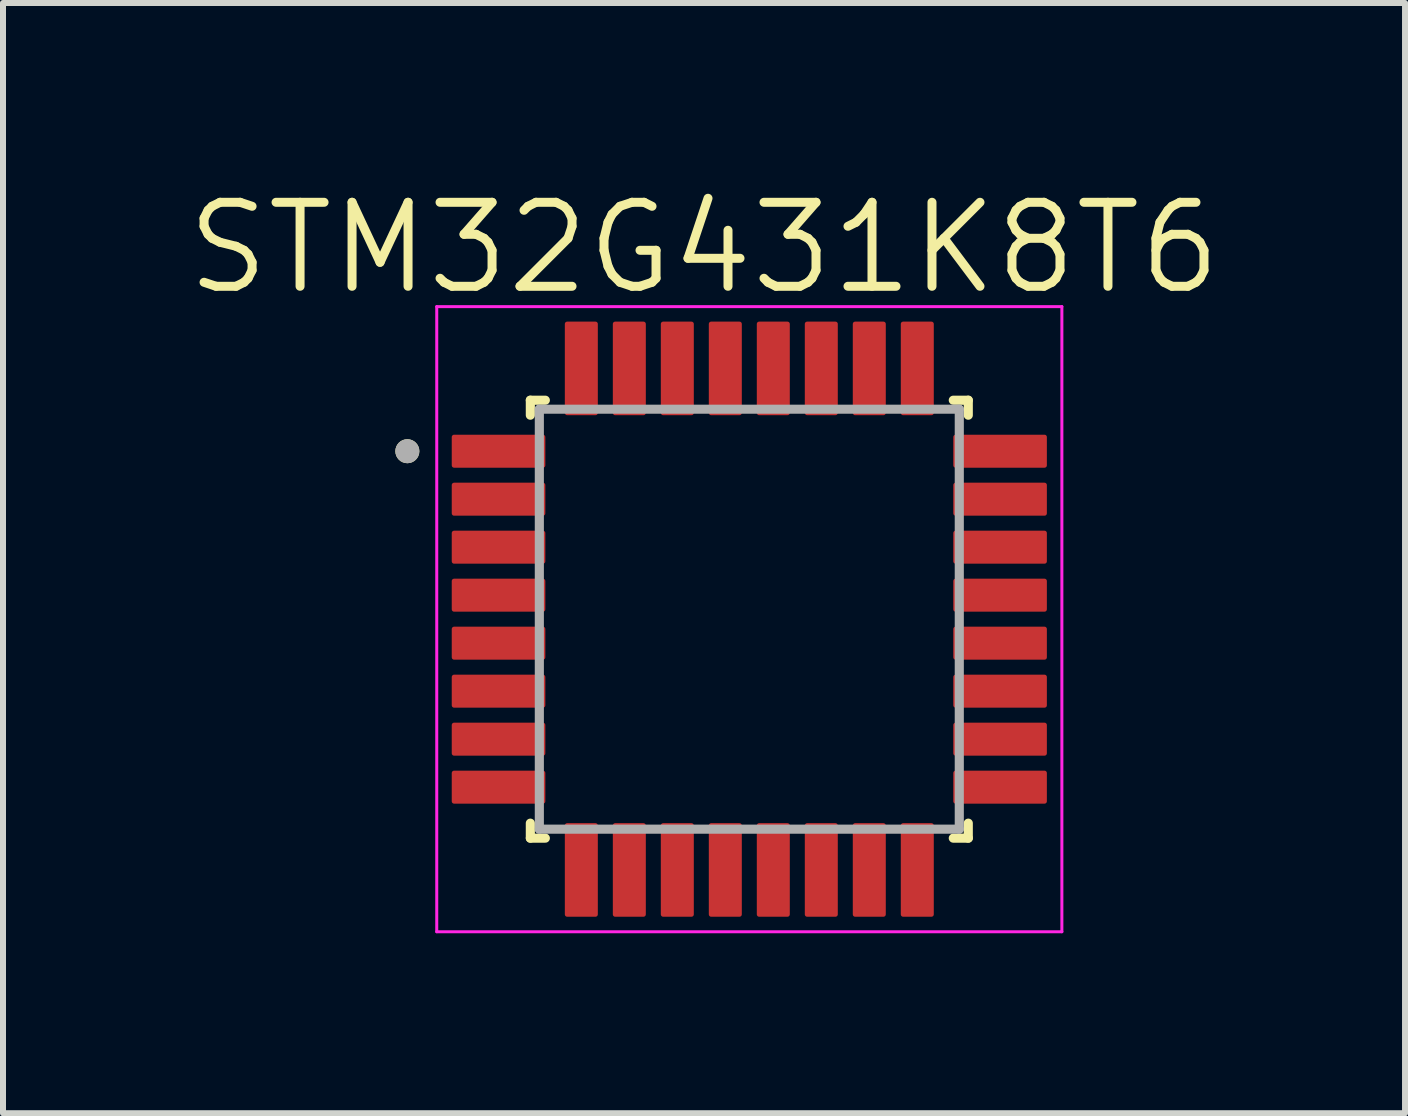
<source format=kicad_pcb>
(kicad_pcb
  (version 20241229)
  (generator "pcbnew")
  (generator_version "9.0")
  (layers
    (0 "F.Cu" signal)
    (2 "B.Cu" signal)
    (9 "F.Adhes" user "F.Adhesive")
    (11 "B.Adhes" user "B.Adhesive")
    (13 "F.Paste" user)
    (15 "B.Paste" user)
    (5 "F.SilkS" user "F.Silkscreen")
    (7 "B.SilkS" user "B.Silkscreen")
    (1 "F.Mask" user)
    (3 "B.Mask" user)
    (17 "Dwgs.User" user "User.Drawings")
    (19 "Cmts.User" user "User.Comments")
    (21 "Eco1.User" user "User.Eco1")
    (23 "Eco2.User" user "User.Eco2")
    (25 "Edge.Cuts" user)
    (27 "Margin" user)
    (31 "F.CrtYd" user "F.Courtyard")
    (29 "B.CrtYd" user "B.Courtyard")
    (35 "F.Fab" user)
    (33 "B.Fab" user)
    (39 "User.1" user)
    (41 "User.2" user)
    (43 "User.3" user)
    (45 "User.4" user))
  (footprint "STM32G431K8T6"
    (layer "F.Cu")
    (at 9.44 7.271)
    (property "Reference" "STM32G431K8T6" (at -0.755 -6.189 0) (layer "F.SilkS") (effects (font (size 1.4 1.4) (thickness 0.15))))
    (attr through_hole)
    (fp_line (start -3.65 -3.65) (end -3.4 -3.65) (stroke (width 0.152) (type solid)) (layer "F.SilkS"))
    (fp_line (start -3.65 -3.4) (end -3.65 -3.65) (stroke (width 0.152) (type solid)) (layer "F.SilkS"))
    (fp_line (start -3.65 3.65) (end -3.65 3.4) (stroke (width 0.152) (type solid)) (layer "F.SilkS"))
    (fp_line (start -3.4 3.65) (end -3.65 3.65) (stroke (width 0.152) (type solid)) (layer "F.SilkS"))
    (fp_line (start 3.4 -3.65) (end 3.65 -3.65) (stroke (width 0.152) (type solid)) (layer "F.SilkS"))
    (fp_line (start 3.65 -3.65) (end 3.65 -3.4) (stroke (width 0.152) (type solid)) (layer "F.SilkS"))
    (fp_line (start 3.65 3.4) (end 3.65 3.65) (stroke (width 0.152) (type solid)) (layer "F.SilkS"))
    (fp_line (start 3.65 3.65) (end 3.4 3.65) (stroke (width 0.152) (type solid)) (layer "F.SilkS"))
    (fp_circle (center -5.7 -2.8) (end -5.6 -2.8) (stroke (width 0.2) (type solid)) (fill no) (layer "F.SilkS"))
    (fp_line (start -5.21 -5.21) (end -5.21 5.21) (stroke (width 0.05) (type solid)) (layer "F.CrtYd"))
    (fp_line (start -5.21 5.21) (end 5.21 5.21) (stroke (width 0.05) (type solid)) (layer "F.CrtYd"))
    (fp_line (start 5.21 -5.21) (end -5.21 -5.21) (stroke (width 0.05) (type solid)) (layer "F.CrtYd"))
    (fp_line (start 5.21 5.21) (end 5.21 -5.21) (stroke (width 0.05) (type solid)) (layer "F.CrtYd"))
    (fp_line (start -3.5 -3.5) (end -3.5 3.5) (stroke (width 0.152) (type solid)) (layer "F.Fab"))
    (fp_line (start -3.5 3.5) (end 3.5 3.5) (stroke (width 0.152) (type solid)) (layer "F.Fab"))
    (fp_line (start 3.5 -3.5) (end -3.5 -3.5) (stroke (width 0.152) (type solid)) (layer "F.Fab"))
    (fp_line (start 3.5 3.5) (end 3.5 -3.5) (stroke (width 0.152) (type solid)) (layer "F.Fab"))
    (fp_circle (center -5.7 -2.8) (end -5.6 -2.8) (stroke (width 0.2) (type solid)) (fill no) (layer "F.Fab"))
    (pad "1" smd roundrect (at -4.18 -2.8) (size 1.56 0.55) (layers "F.Cu" "F.Mask" "F.Paste") (roundrect_rratio 0.07))
    (pad "2" smd roundrect (at -4.18 -2) (size 1.56 0.55) (layers "F.Cu" "F.Mask" "F.Paste") (roundrect_rratio 0.07))
    (pad "3" smd roundrect (at -4.18 -1.2) (size 1.56 0.55) (layers "F.Cu" "F.Mask" "F.Paste") (roundrect_rratio 0.07))
    (pad "4" smd roundrect (at -4.18 -0.4) (size 1.56 0.55) (layers "F.Cu" "F.Mask" "F.Paste") (roundrect_rratio 0.07))
    (pad "5" smd roundrect (at -4.18 0.4) (size 1.56 0.55) (layers "F.Cu" "F.Mask" "F.Paste") (roundrect_rratio 0.07))
    (pad "6" smd roundrect (at -4.18 1.2) (size 1.56 0.55) (layers "F.Cu" "F.Mask" "F.Paste") (roundrect_rratio 0.07))
    (pad "7" smd roundrect (at -4.18 2) (size 1.56 0.55) (layers "F.Cu" "F.Mask" "F.Paste") (roundrect_rratio 0.07))
    (pad "8" smd roundrect (at -4.18 2.8) (size 1.56 0.55) (layers "F.Cu" "F.Mask" "F.Paste") (roundrect_rratio 0.07))
    (pad "9" smd roundrect (at -2.8 4.18) (size 0.55 1.56) (layers "F.Cu" "F.Mask" "F.Paste") (roundrect_rratio 0.07))
    (pad "10" smd roundrect (at -2 4.18) (size 0.55 1.56) (layers "F.Cu" "F.Mask" "F.Paste") (roundrect_rratio 0.07))
    (pad "11" smd roundrect (at -1.2 4.18) (size 0.55 1.56) (layers "F.Cu" "F.Mask" "F.Paste") (roundrect_rratio 0.07))
    (pad "12" smd roundrect (at -0.4 4.18) (size 0.55 1.56) (layers "F.Cu" "F.Mask" "F.Paste") (roundrect_rratio 0.07))
    (pad "13" smd roundrect (at 0.4 4.18) (size 0.55 1.56) (layers "F.Cu" "F.Mask" "F.Paste") (roundrect_rratio 0.07))
    (pad "14" smd roundrect (at 1.2 4.18) (size 0.55 1.56) (layers "F.Cu" "F.Mask" "F.Paste") (roundrect_rratio 0.07))
    (pad "15" smd roundrect (at 2 4.18) (size 0.55 1.56) (layers "F.Cu" "F.Mask" "F.Paste") (roundrect_rratio 0.07))
    (pad "16" smd roundrect (at 2.8 4.18) (size 0.55 1.56) (layers "F.Cu" "F.Mask" "F.Paste") (roundrect_rratio 0.07))
    (pad "17" smd roundrect (at 4.18 2.8) (size 1.56 0.55) (layers "F.Cu" "F.Mask" "F.Paste") (roundrect_rratio 0.07))
    (pad "18" smd roundrect (at 4.18 2) (size 1.56 0.55) (layers "F.Cu" "F.Mask" "F.Paste") (roundrect_rratio 0.07))
    (pad "19" smd roundrect (at 4.18 1.2) (size 1.56 0.55) (layers "F.Cu" "F.Mask" "F.Paste") (roundrect_rratio 0.07))
    (pad "20" smd roundrect (at 4.18 0.4) (size 1.56 0.55) (layers "F.Cu" "F.Mask" "F.Paste") (roundrect_rratio 0.07))
    (pad "21" smd roundrect (at 4.18 -0.4) (size 1.56 0.55) (layers "F.Cu" "F.Mask" "F.Paste") (roundrect_rratio 0.07))
    (pad "22" smd roundrect (at 4.18 -1.2) (size 1.56 0.55) (layers "F.Cu" "F.Mask" "F.Paste") (roundrect_rratio 0.07))
    (pad "23" smd roundrect (at 4.18 -2) (size 1.56 0.55) (layers "F.Cu" "F.Mask" "F.Paste") (roundrect_rratio 0.07))
    (pad "24" smd roundrect (at 4.18 -2.8) (size 1.56 0.55) (layers "F.Cu" "F.Mask" "F.Paste") (roundrect_rratio 0.07))
    (pad "25" smd roundrect (at 2.8 -4.18) (size 0.55 1.56) (layers "F.Cu" "F.Mask" "F.Paste") (roundrect_rratio 0.07))
    (pad "26" smd roundrect (at 2 -4.18) (size 0.55 1.56) (layers "F.Cu" "F.Mask" "F.Paste") (roundrect_rratio 0.07))
    (pad "27" smd roundrect (at 1.2 -4.18) (size 0.55 1.56) (layers "F.Cu" "F.Mask" "F.Paste") (roundrect_rratio 0.07))
    (pad "28" smd roundrect (at 0.4 -4.18) (size 0.55 1.56) (layers "F.Cu" "F.Mask" "F.Paste") (roundrect_rratio 0.07))
    (pad "29" smd roundrect (at -0.4 -4.18) (size 0.55 1.56) (layers "F.Cu" "F.Mask" "F.Paste") (roundrect_rratio 0.07))
    (pad "30" smd roundrect (at -1.2 -4.18) (size 0.55 1.56) (layers "F.Cu" "F.Mask" "F.Paste") (roundrect_rratio 0.07))
    (pad "31" smd roundrect (at -2 -4.18) (size 0.55 1.56) (layers "F.Cu" "F.Mask" "F.Paste") (roundrect_rratio 0.07))
    (pad "32" smd roundrect (at -2.8 -4.18) (size 0.55 1.56) (layers "F.Cu" "F.Mask" "F.Paste") (roundrect_rratio 0.07)))
  (gr_rect
    (start -3 -3)
    (end 20.37 15.506)
    (stroke (width 0.1) (type default))
    (fill no)
    (layer "Edge.Cuts")))
</source>
